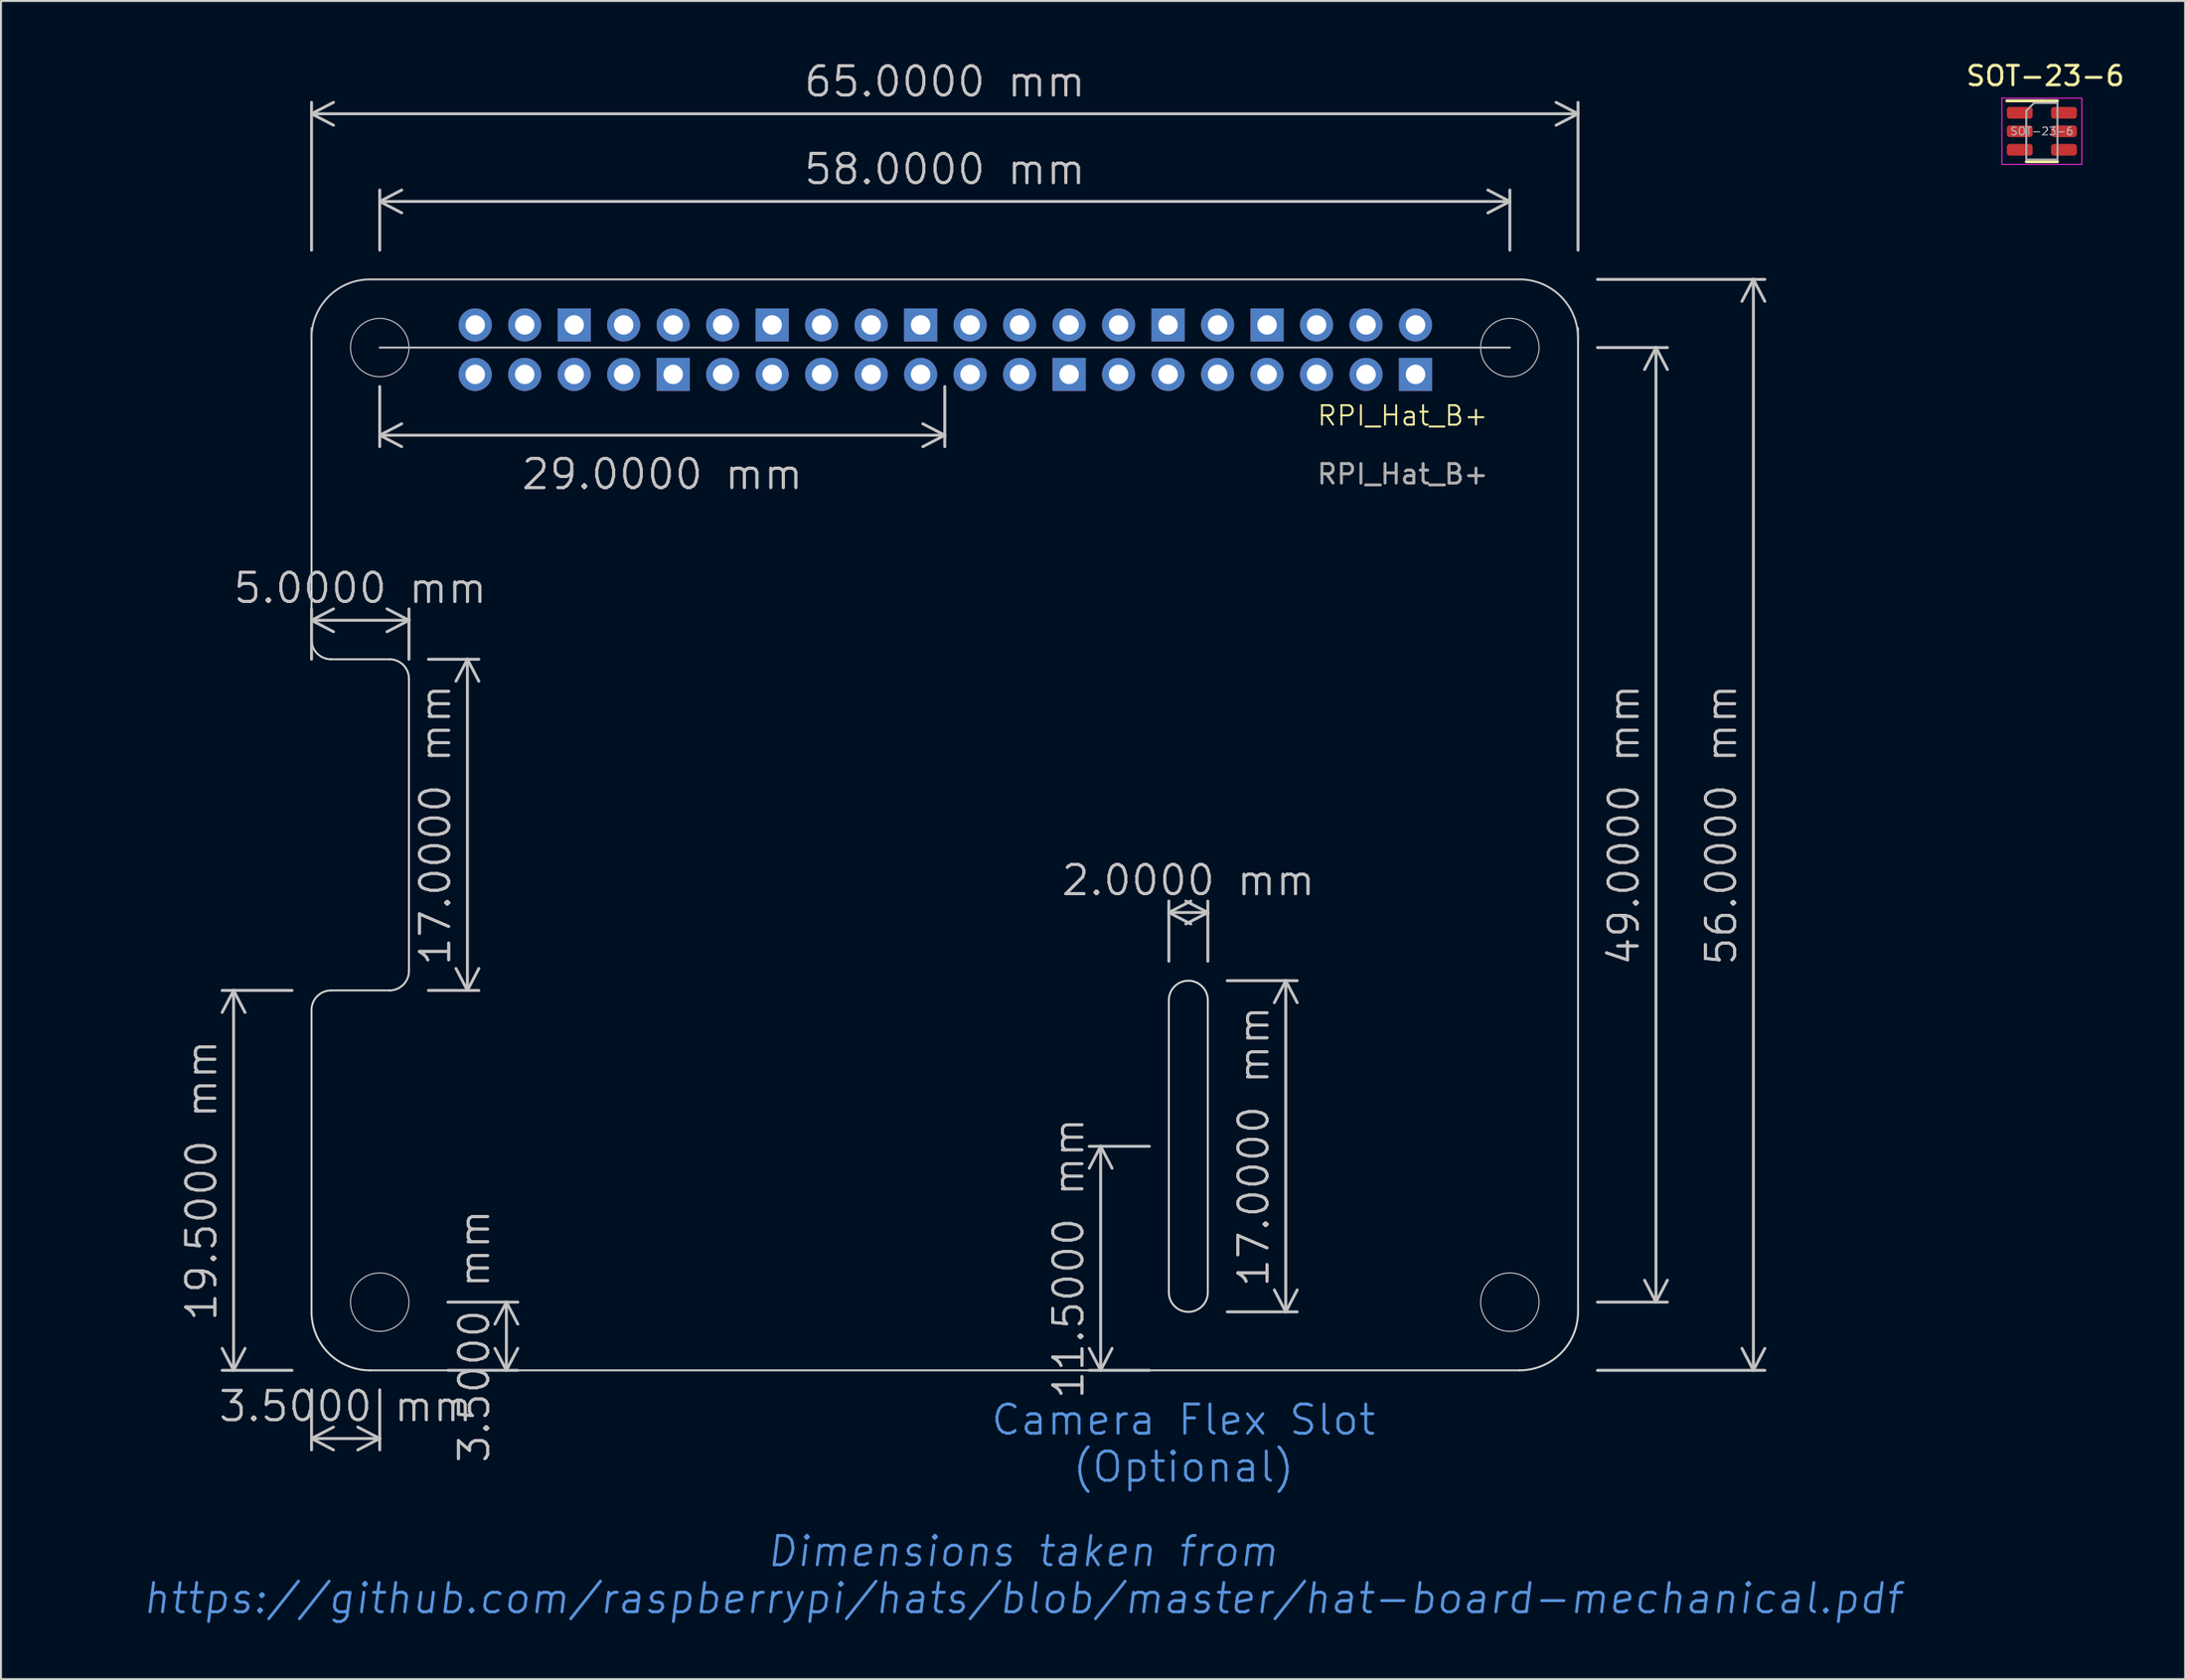
<source format=kicad_pcb>
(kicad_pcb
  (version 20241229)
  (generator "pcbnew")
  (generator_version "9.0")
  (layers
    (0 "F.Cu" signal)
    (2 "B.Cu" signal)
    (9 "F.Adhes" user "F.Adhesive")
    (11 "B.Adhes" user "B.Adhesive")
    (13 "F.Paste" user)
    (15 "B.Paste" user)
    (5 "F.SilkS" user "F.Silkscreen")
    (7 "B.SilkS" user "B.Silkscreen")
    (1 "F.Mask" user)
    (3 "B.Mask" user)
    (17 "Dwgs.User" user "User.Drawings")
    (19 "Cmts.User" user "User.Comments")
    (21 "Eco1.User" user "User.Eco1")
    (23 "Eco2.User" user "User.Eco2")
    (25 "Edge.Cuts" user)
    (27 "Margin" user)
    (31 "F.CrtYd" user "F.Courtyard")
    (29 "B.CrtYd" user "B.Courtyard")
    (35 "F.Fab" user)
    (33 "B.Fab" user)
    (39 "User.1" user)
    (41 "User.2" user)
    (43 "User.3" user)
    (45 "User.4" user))
  (footprint "SOT-23-6"
    (layer "F.Cu")
    (at 101.744 3.688)
    (property "Reference" "SOT-23-6" (at 0.18 -2.84 0) (layer "F.SilkS") (effects (font (size 1 1) (thickness 0.15))))
    (attr smd)
    (fp_line (start 0 -1.56) (end -1.8 -1.56) (stroke (width 0.15) (type solid)) (layer "F.SilkS"))
    (fp_line (start 0 -1.56) (end 0.8 -1.56) (stroke (width 0.15) (type solid)) (layer "F.SilkS"))
    (fp_line (start 0 1.56) (end -0.8 1.56) (stroke (width 0.15) (type solid)) (layer "F.SilkS"))
    (fp_line (start 0 1.56) (end 0.8 1.56) (stroke (width 0.15) (type solid)) (layer "F.SilkS"))
    (fp_line (start -2.05 -1.7) (end -2.05 1.7) (stroke (width 0.05) (type solid)) (layer "F.CrtYd"))
    (fp_line (start -2.05 1.7) (end 2.05 1.7) (stroke (width 0.05) (type solid)) (layer "F.CrtYd"))
    (fp_line (start 2.05 -1.7) (end -2.05 -1.7) (stroke (width 0.05) (type solid)) (layer "F.CrtYd"))
    (fp_line (start 2.05 1.7) (end 2.05 -1.7) (stroke (width 0.05) (type solid)) (layer "F.CrtYd"))
    (fp_line (start -0.8 -1.05) (end -0.4 -1.45) (stroke (width 0.1) (type solid)) (layer "F.Fab"))
    (fp_line (start -0.8 1.45) (end -0.8 -1.05) (stroke (width 0.1) (type solid)) (layer "F.Fab"))
    (fp_line (start -0.4 -1.45) (end 0.8 -1.45) (stroke (width 0.1) (type solid)) (layer "F.Fab"))
    (fp_line (start 0.8 -1.45) (end 0.8 1.45) (stroke (width 0.1) (type solid)) (layer "F.Fab"))
    (fp_line (start 0.8 1.45) (end -0.8 1.45) (stroke (width 0.1) (type solid)) (layer "F.Fab"))
    (fp_text user "${REFERENCE}" (at 0 0 0) (layer "F.Fab") (effects (font (size 0.4 0.4) (thickness 0.06))))
    (pad "1" smd roundrect (at -1.135 -0.95) (size 1.325 0.6) (layers "F.Cu" "F.Mask" "F.Paste") (roundrect_rratio 0.25))
    (pad "2" smd roundrect (at -1.135 0) (size 1.325 0.6) (layers "F.Cu" "F.Mask" "F.Paste") (roundrect_rratio 0.25))
    (pad "3" smd roundrect (at -1.135 0.95) (size 1.325 0.6) (layers "F.Cu" "F.Mask" "F.Paste") (roundrect_rratio 0.25))
    (pad "4" smd roundrect (at 1.135 0.95) (size 1.325 0.6) (layers "F.Cu" "F.Mask" "F.Paste") (roundrect_rratio 0.25))
    (pad "5" smd roundrect (at 1.135 0) (size 1.325 0.6) (layers "F.Cu" "F.Mask" "F.Paste") (roundrect_rratio 0.25))
    (pad "6" smd roundrect (at 1.135 -0.95) (size 1.325 0.6) (layers "F.Cu" "F.Mask" "F.Paste") (roundrect_rratio 0.25)))
  (footprint "RPI_Hat_B+"
    (layer "F.Cu")
    (at 45.439 14.791)
    (property "Reference" "RPI_Hat_B+" (at 23.5 3.5 0) (unlocked yes) (layer "F.SilkS") (effects (font (size 1 1) (thickness 0.1))))
    (attr through_hole)
    (fp_line (start -29.5 -3.5) (end 29.5 -3.5) (stroke (width 0.1) (type solid)) (layer "Dwgs.User"))
    (fp_line (start -29 0) (end 29 0) (stroke (width 0.1) (type default)) (layer "Dwgs.User"))
    (fp_arc (start -32.5 -0.5) (mid -31.62132 -2.62132) (end -29.5 -3.5) (stroke (width 0.1) (type solid)) (layer "Dwgs.User"))
    (fp_arc (start 29.5 -3.5) (mid 31.62132 -2.62132) (end 32.5 -0.5) (stroke (width 0.1) (type solid)) (layer "Dwgs.User"))
    (fp_line (start -32.5 -1) (end -32.5 15) (stroke (width 0.1) (type solid)) (layer "Edge.Cuts"))
    (fp_line (start -32.5 34) (end -32.5 49.5) (stroke (width 0.1) (type solid)) (layer "Edge.Cuts"))
    (fp_line (start -31.5 16) (end -28.5 16) (stroke (width 0.1) (type solid)) (layer "Edge.Cuts"))
    (fp_line (start -31.5 33) (end -28.5 33) (stroke (width 0.1) (type solid)) (layer "Edge.Cuts"))
    (fp_line (start -29.5 52.5) (end 29.5 52.5) (stroke (width 0.1) (type solid)) (layer "Edge.Cuts"))
    (fp_line (start -27.5 17) (end -27.5 32) (stroke (width 0.1) (type solid)) (layer "Edge.Cuts"))
    (fp_line (start 11.5 33.5) (end 11.5 48.5) (stroke (width 0.1) (type solid)) (layer "Edge.Cuts"))
    (fp_line (start 13.5 33.5) (end 13.5 48.5) (stroke (width 0.1) (type solid)) (layer "Edge.Cuts"))
    (fp_line (start 32.5 -1) (end 32.5 49.5) (stroke (width 0.1) (type solid)) (layer "Edge.Cuts"))
    (fp_arc (start -32.5 34) (mid -32.207107 33.292893) (end -31.5 33) (stroke (width 0.1) (type solid)) (layer "Edge.Cuts"))
    (fp_arc (start -31.5 16) (mid -32.207107 15.707107) (end -32.5 15) (stroke (width 0.1) (type solid)) (layer "Edge.Cuts"))
    (fp_arc (start -29.5 52.5) (mid -31.62132 51.62132) (end -32.5 49.5) (stroke (width 0.1) (type solid)) (layer "Edge.Cuts"))
    (fp_arc (start -28.5 16) (mid -27.792893 16.292893) (end -27.5 17) (stroke (width 0.1) (type solid)) (layer "Edge.Cuts"))
    (fp_arc (start -27.5 32) (mid -27.792893 32.707107) (end -28.5 33) (stroke (width 0.1) (type solid)) (layer "Edge.Cuts"))
    (fp_arc (start 11.5 33.5) (mid 12.5 32.5) (end 13.5 33.5) (stroke (width 0.1) (type solid)) (layer "Edge.Cuts"))
    (fp_arc (start 13.5 48.5) (mid 12.5 49.5) (end 11.5 48.5) (stroke (width 0.1) (type solid)) (layer "Edge.Cuts"))
    (fp_arc (start 32.5 49.5) (mid 31.62132 51.62132) (end 29.5 52.5) (stroke (width 0.1) (type solid)) (layer "Edge.Cuts"))
    (fp_circle (center -29 0) (end -30.5 -0.000001) (stroke (width 0.05) (type default)) (fill no) (layer "Edge.Cuts"))
    (fp_circle (center -29 49) (end -30.5 49) (stroke (width 0.05) (type default)) (fill no) (layer "Edge.Cuts"))
    (fp_circle (center 29 0) (end 30.5 -0.000001) (stroke (width 0.05) (type default)) (fill no) (layer "Edge.Cuts"))
    (fp_circle (center 29 49) (end 30.5 49) (stroke (width 0.05) (type default)) (fill no) (layer "Edge.Cuts"))
    (fp_text user "Camera Flex Slot\n(Optional)" (at 12.25 56.25 0) (unlocked yes) (layer "Cmts.User") (effects (font (size 1.5 1.5) (thickness 0.15))))
    (fp_text user "Dimensions taken from\nhttps://github.com/raspberrypi/hats/blob/master/hat-board-mechanical.pdf" (at 4 63 0) (unlocked yes) (layer "Cmts.User") (effects (font (size 1.5 1.5) (thickness 0.15) (italic yes))))
    (fp_text user "${REFERENCE}" (at 23.5 6.5 0) (unlocked yes) (layer "F.Fab") (effects (font (size 1 1) (thickness 0.15))))
    (dimension (type aligned) (layer "Dwgs.User") (pts (xy 74.439 9.791) (xy 16.439 9.791)) (height 2.5) (format (prefix "") (suffix "") (units 3) (units_format 1) (precision 4)) (style (thickness 0.15) (arrow_length 1.27) (text_position_mode 0) (arrow_direction outward) (extension_height 0.586) (extension_offset 0) (keep_text_aligned yes)) (gr_text "58.0000 mm" (at 45.439 5.641 0) (layer "Dwgs.User") (effects (font (size 1.5 1.5) (thickness 0.15)))))
    (dimension (type aligned) (layer "Dwgs.User") (pts (xy 55.939 67.291) (xy 55.939 55.791)) (height -2.5) (format (prefix "") (suffix "") (units 3) (units_format 1) (precision 4)) (style (thickness 0.15) (arrow_length 1.27) (text_position_mode 0) (arrow_direction outward) (extension_height 0.586) (extension_offset 0) (keep_text_aligned yes)) (gr_text "11.5000 mm" (at 51.789 61.541 90) (layer "Dwgs.User") (effects (font (size 1.5 1.5) (thickness 0.15)))))
    (dimension (type aligned) (layer "Dwgs.User") (pts (xy 17.939 30.791) (xy 12.939 30.791)) (height 2) (format (prefix "") (suffix "") (units 3) (units_format 1) (precision 4)) (style (thickness 0.15) (arrow_length 1.27) (text_position_mode 0) (arrow_direction outward) (extension_height 0.586) (extension_offset 0) (keep_text_aligned yes)) (gr_text "5.0000 mm" (at 15.439 27.141 0) (layer "Dwgs.User") (effects (font (size 1.5 1.5) (thickness 0.15)))))
    (dimension (type aligned) (layer "Dwgs.User") (pts (xy 58.939 46.291) (xy 56.939 46.291)) (height 2.5) (format (prefix "") (suffix "") (units 3) (units_format 1) (precision 4)) (style (thickness 0.15) (arrow_length 1.27) (text_position_mode 0) (arrow_direction outward) (extension_height 0.586) (extension_offset 0) (keep_text_aligned yes)) (gr_text "2.0000 mm" (at 57.939 42.141 0) (layer "Dwgs.User") (effects (font (size 1.5 1.5) (thickness 0.15)))))
    (dimension (type aligned) (layer "Dwgs.User") (pts (xy 18.939 47.791) (xy 18.939 30.791)) (height 2) (format (prefix "") (suffix "") (units 3) (units_format 1) (precision 4)) (style (thickness 0.15) (arrow_length 1.27) (text_position_mode 0) (arrow_direction outward) (extension_height 0.586) (extension_offset 0) (keep_text_aligned yes)) (gr_text "17.0000 mm" (at 19.289 39.291 90) (layer "Dwgs.User") (effects (font (size 1.5 1.5) (thickness 0.15)))))
    (dimension (type aligned) (layer "Dwgs.User") (pts (xy 45.439 16.791) (xy 16.439 16.791)) (height -2.5) (format (prefix "") (suffix "") (units 3) (units_format 1) (precision 4)) (style (thickness 0.15) (arrow_length 1.27) (text_position_mode 2) (arrow_direction outward) (extension_height 0.586) (extension_offset 0) (keep_text_aligned yes)) (gr_text "29.0000 mm" (at 30.939 21.291 0) (layer "Dwgs.User") (effects (font (size 1.5 1.5) (thickness 0.15)))))
    (dimension (type aligned) (layer "Dwgs.User") (pts (xy 77.939 9.791) (xy 12.939 9.791)) (height 7) (format (prefix "") (suffix "") (units 3) (units_format 1) (precision 4)) (style (thickness 0.15) (arrow_length 1.27) (text_position_mode 0) (arrow_direction outward) (extension_height 0.586) (extension_offset 0) (keep_text_aligned yes)) (gr_text "65.0000 mm" (at 45.439 1.141 0) (layer "Dwgs.User") (effects (font (size 1.5 1.5) (thickness 0.15)))))
    (dimension (type aligned) (layer "Dwgs.User") (pts (xy 59.939 64.291) (xy 59.939 47.291)) (height 3) (format (prefix "") (suffix "") (units 3) (units_format 1) (precision 4)) (style (thickness 0.15) (arrow_length 1.27) (text_position_mode 0) (arrow_direction outward) (extension_height 0.586) (extension_offset 0) (keep_text_aligned yes)) (gr_text "17.0000 mm" (at 61.289 55.791 90) (layer "Dwgs.User") (effects (font (size 1.5 1.5) (thickness 0.15)))))
    (dimension (type aligned) (layer "Dwgs.User") (pts (xy 78.939 67.291) (xy 78.939 11.291)) (height 8) (format (prefix "") (suffix "") (units 3) (units_format 1) (precision 4)) (style (thickness 0.15) (arrow_length 1.27) (text_position_mode 0) (arrow_direction outward) (extension_height 0.586) (extension_offset 0) (keep_text_aligned yes)) (gr_text "56.0000 mm" (at 85.289 39.291 90) (layer "Dwgs.User") (effects (font (size 1.5 1.5) (thickness 0.15)))))
    (dimension (type aligned) (layer "Dwgs.User") (pts (xy 16.439 68.291) (xy 12.939 68.291)) (height -2.5) (format (prefix "") (suffix "") (units 3) (units_format 1) (precision 4)) (style (thickness 0.15) (arrow_length 1.27) (text_position_mode 0) (arrow_direction outward) (extension_height 0.586) (extension_offset 0) (keep_text_aligned yes)) (gr_text "3.5000 mm" (at 14.689 69.141 0) (layer "Dwgs.User") (effects (font (size 1.5 1.5) (thickness 0.15)))))
    (dimension (type aligned) (layer "Dwgs.User") (pts (xy 11.939 67.291) (xy 11.939 47.791)) (height -3) (format (prefix "") (suffix "") (units 3) (units_format 1) (precision 4)) (style (thickness 0.15) (arrow_length 1.27) (text_position_mode 0) (arrow_direction outward) (extension_height 0.586) (extension_offset 0) (keep_text_aligned yes)) (gr_text "19.5000 mm" (at 7.289 57.541 90) (layer "Dwgs.User") (effects (font (size 1.5 1.5) (thickness 0.15)))))
    (dimension (type aligned) (layer "Dwgs.User") (pts (xy 78.939 63.791) (xy 78.939 14.791)) (height 3) (format (prefix "") (suffix "") (units 3) (units_format 1) (precision 4)) (style (thickness 0.15) (arrow_length 1.27) (text_position_mode 0) (arrow_direction outward) (extension_height 0.586) (extension_offset 0) (keep_text_aligned yes)) (gr_text "49.0000 mm" (at 80.289 39.291 90) (layer "Dwgs.User") (effects (font (size 1.5 1.5) (thickness 0.15)))))
    (dimension (type aligned) (layer "Dwgs.User") (pts (xy 19.939 67.291) (xy 19.939 63.791)) (height 3) (format (prefix "") (suffix "") (units 3) (units_format 1) (precision 4)) (style (thickness 0.15) (arrow_length 1.27) (text_position_mode 0) (arrow_direction outward) (extension_height 0.586) (extension_offset 0) (keep_text_aligned yes)) (gr_text "3.5000 mm" (at 21.289 65.541 90) (layer "Dwgs.User") (effects (font (size 1.5 1.5) (thickness 0.15)))))
    (pad "1" thru_hole circle (at -24.1 1.378 90) (size 1.7 1.7) (drill 1) (layers "*.Cu" "*.Mask"))
    (pad "2" thru_hole oval (at -24.1 -1.162 90) (size 1.7 1.7) (drill 1) (layers "*.Cu" "*.Mask"))
    (pad "3" thru_hole oval (at -21.56 1.378 90) (size 1.7 1.7) (drill 1) (layers "*.Cu" "*.Mask"))
    (pad "4" thru_hole oval (at -21.56 -1.162 90) (size 1.7 1.7) (drill 1) (layers "*.Cu" "*.Mask"))
    (pad "5" thru_hole oval (at -19.02 1.378 90) (size 1.7 1.7) (drill 1) (layers "*.Cu" "*.Mask"))
    (pad "6" thru_hole rect (at -19.02 -1.162 90) (size 1.7 1.7) (drill 1) (layers "*.Cu" "*.Mask"))
    (pad "7" thru_hole oval (at -16.48 1.378 90) (size 1.7 1.7) (drill 1) (layers "*.Cu" "*.Mask"))
    (pad "8" thru_hole oval (at -16.48 -1.162 90) (size 1.7 1.7) (drill 1) (layers "*.Cu" "*.Mask"))
    (pad "9" thru_hole rect (at -13.94 1.378 90) (size 1.7 1.7) (drill 1) (layers "*.Cu" "*.Mask"))
    (pad "10" thru_hole oval (at -13.94 -1.162 90) (size 1.7 1.7) (drill 1) (layers "*.Cu" "*.Mask"))
    (pad "11" thru_hole oval (at -11.4 1.378 90) (size 1.7 1.7) (drill 1) (layers "*.Cu" "*.Mask"))
    (pad "12" thru_hole oval (at -11.4 -1.162 90) (size 1.7 1.7) (drill 1) (layers "*.Cu" "*.Mask"))
    (pad "13" thru_hole oval (at -8.86 1.378 90) (size 1.7 1.7) (drill 1) (layers "*.Cu" "*.Mask"))
    (pad "14" thru_hole rect (at -8.86 -1.162 90) (size 1.7 1.7) (drill 1) (layers "*.Cu" "*.Mask"))
    (pad "15" thru_hole oval (at -6.32 1.378 90) (size 1.7 1.7) (drill 1) (layers "*.Cu" "*.Mask"))
    (pad "16" thru_hole oval (at -6.32 -1.162 90) (size 1.7 1.7) (drill 1) (layers "*.Cu" "*.Mask"))
    (pad "17" thru_hole oval (at -3.78 1.378 90) (size 1.7 1.7) (drill 1) (layers "*.Cu" "*.Mask"))
    (pad "18" thru_hole oval (at -3.78 -1.162 90) (size 1.7 1.7) (drill 1) (layers "*.Cu" "*.Mask"))
    (pad "19" thru_hole oval (at -1.24 1.378 90) (size 1.7 1.7) (drill 1) (layers "*.Cu" "*.Mask"))
    (pad "20" thru_hole rect (at -1.24 -1.162 90) (size 1.7 1.7) (drill 1) (layers "*.Cu" "*.Mask"))
    (pad "21" thru_hole oval (at 1.3 1.378 90) (size 1.7 1.7) (drill 1) (layers "*.Cu" "*.Mask"))
    (pad "22" thru_hole oval (at 1.3 -1.162 90) (size 1.7 1.7) (drill 1) (layers "*.Cu" "*.Mask"))
    (pad "23" thru_hole oval (at 3.84 1.378 90) (size 1.7 1.7) (drill 1) (layers "*.Cu" "*.Mask"))
    (pad "24" thru_hole oval (at 3.84 -1.162 90) (size 1.7 1.7) (drill 1) (layers "*.Cu" "*.Mask"))
    (pad "25" thru_hole rect (at 6.38 1.378 90) (size 1.7 1.7) (drill 1) (layers "*.Cu" "*.Mask"))
    (pad "26" thru_hole oval (at 6.38 -1.162 90) (size 1.7 1.7) (drill 1) (layers "*.Cu" "*.Mask"))
    (pad "27" thru_hole oval (at 8.92 1.378 90) (size 1.7 1.7) (drill 1) (layers "*.Cu" "*.Mask"))
    (pad "28" thru_hole oval (at 8.92 -1.162 90) (size 1.7 1.7) (drill 1) (layers "*.Cu" "*.Mask"))
    (pad "29" thru_hole oval (at 11.46 1.378 90) (size 1.7 1.7) (drill 1) (layers "*.Cu" "*.Mask"))
    (pad "30" thru_hole rect (at 11.46 -1.162 90) (size 1.7 1.7) (drill 1) (layers "*.Cu" "*.Mask"))
    (pad "31" thru_hole oval (at 14 1.378 90) (size 1.7 1.7) (drill 1) (layers "*.Cu" "*.Mask"))
    (pad "32" thru_hole oval (at 14 -1.162 90) (size 1.7 1.7) (drill 1) (layers "*.Cu" "*.Mask"))
    (pad "33" thru_hole oval (at 16.54 1.378 90) (size 1.7 1.7) (drill 1) (layers "*.Cu" "*.Mask"))
    (pad "34" thru_hole rect (at 16.54 -1.162 90) (size 1.7 1.7) (drill 1) (layers "*.Cu" "*.Mask"))
    (pad "35" thru_hole oval (at 19.08 1.378 90) (size 1.7 1.7) (drill 1) (layers "*.Cu" "*.Mask"))
    (pad "36" thru_hole oval (at 19.08 -1.162 90) (size 1.7 1.7) (drill 1) (layers "*.Cu" "*.Mask"))
    (pad "37" thru_hole oval (at 21.62 1.378 90) (size 1.7 1.7) (drill 1) (layers "*.Cu" "*.Mask"))
    (pad "38" thru_hole oval (at 21.62 -1.162 90) (size 1.7 1.7) (drill 1) (layers "*.Cu" "*.Mask"))
    (pad "39" thru_hole rect (at 24.16 1.378 90) (size 1.7 1.7) (drill 1) (layers "*.Cu" "*.Mask"))
    (pad "40" thru_hole oval (at 24.16 -1.162 90) (size 1.7 1.7) (drill 1) (layers "*.Cu" "*.Mask")))
  (gr_rect
    (start -3 -3)
    (end 109.096 83.139)
    (stroke (width 0.1) (type default))
    (fill no)
    (layer "Edge.Cuts")))
</source>
